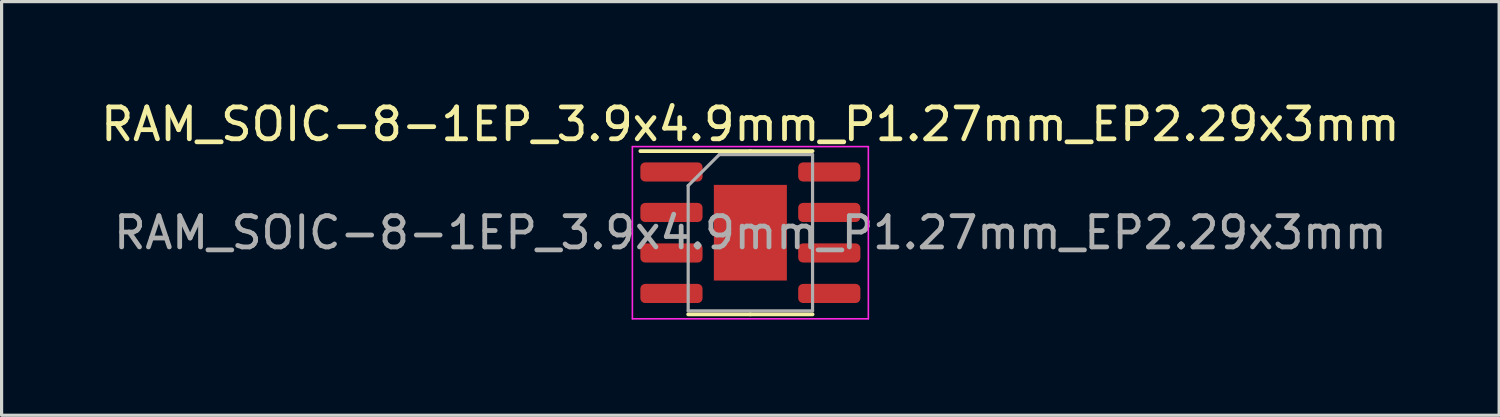
<source format=kicad_pcb>
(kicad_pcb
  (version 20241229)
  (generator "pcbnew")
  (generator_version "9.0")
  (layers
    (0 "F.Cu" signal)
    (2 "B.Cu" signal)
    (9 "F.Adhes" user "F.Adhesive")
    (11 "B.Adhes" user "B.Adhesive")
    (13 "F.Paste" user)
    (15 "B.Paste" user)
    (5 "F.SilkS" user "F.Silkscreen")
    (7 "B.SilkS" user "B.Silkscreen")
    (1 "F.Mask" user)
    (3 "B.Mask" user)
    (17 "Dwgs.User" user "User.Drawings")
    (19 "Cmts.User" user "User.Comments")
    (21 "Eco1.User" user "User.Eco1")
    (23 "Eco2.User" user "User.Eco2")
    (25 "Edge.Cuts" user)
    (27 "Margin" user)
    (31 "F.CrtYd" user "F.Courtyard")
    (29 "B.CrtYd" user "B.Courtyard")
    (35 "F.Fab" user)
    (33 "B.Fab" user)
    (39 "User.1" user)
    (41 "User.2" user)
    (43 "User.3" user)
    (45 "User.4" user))
  (footprint "RAM_SOIC-8-1EP_3.9x4.9mm_P1.27mm_EP2.29x3mm"
    (layer "F.Cu")
    (at 20.482 4.248)
    (property "Reference" "RAM_SOIC-8-1EP_3.9x4.9mm_P1.27mm_EP2.29x3mm" (at 0 -3.4 0) (layer "F.SilkS") (effects (font (size 1 1) (thickness 0.15))))
    (attr smd)
    (fp_line (start 0 -2.56) (end -3.45 -2.56) (stroke (width 0.12) (type solid)) (layer "F.SilkS"))
    (fp_line (start 0 -2.56) (end 1.95 -2.56) (stroke (width 0.12) (type solid)) (layer "F.SilkS"))
    (fp_line (start 0 2.56) (end -1.95 2.56) (stroke (width 0.12) (type solid)) (layer "F.SilkS"))
    (fp_line (start 0 2.56) (end 1.95 2.56) (stroke (width 0.12) (type solid)) (layer "F.SilkS"))
    (fp_line (start -3.7 -2.7) (end -3.7 2.7) (stroke (width 0.05) (type solid)) (layer "F.CrtYd"))
    (fp_line (start -3.7 2.7) (end 3.7 2.7) (stroke (width 0.05) (type solid)) (layer "F.CrtYd"))
    (fp_line (start 3.7 -2.7) (end -3.7 -2.7) (stroke (width 0.05) (type solid)) (layer "F.CrtYd"))
    (fp_line (start 3.7 2.7) (end 3.7 -2.7) (stroke (width 0.05) (type solid)) (layer "F.CrtYd"))
    (fp_line (start -1.95 -1.475) (end -0.975 -2.45) (stroke (width 0.1) (type solid)) (layer "F.Fab"))
    (fp_line (start -1.95 2.45) (end -1.95 -1.475) (stroke (width 0.1) (type solid)) (layer "F.Fab"))
    (fp_line (start -0.975 -2.45) (end 1.95 -2.45) (stroke (width 0.1) (type solid)) (layer "F.Fab"))
    (fp_line (start 1.95 -2.45) (end 1.95 2.45) (stroke (width 0.1) (type solid)) (layer "F.Fab"))
    (fp_line (start 1.95 2.45) (end -1.95 2.45) (stroke (width 0.1) (type solid)) (layer "F.Fab"))
    (fp_text user "${REFERENCE}" (at 0 0 0) (layer "F.Fab") (effects (font (size 0.98 0.98) (thickness 0.15))))
    (pad "" smd roundrect (at -0.57 -0.75) (size 0.92 1.21) (layers "F.Paste") (roundrect_rratio 0.25))
    (pad "" smd roundrect (at -0.57 0.75) (size 0.92 1.21) (layers "F.Paste") (roundrect_rratio 0.25))
    (pad "" smd roundrect (at 0.57 -0.75) (size 0.92 1.21) (layers "F.Paste") (roundrect_rratio 0.25))
    (pad "" smd roundrect (at 0.57 0.75) (size 0.92 1.21) (layers "F.Paste") (roundrect_rratio 0.25))
    (pad "1" smd roundrect (at -2.475 -1.905) (size 1.95 0.6) (layers "F.Cu" "F.Mask" "F.Paste") (roundrect_rratio 0.25))
    (pad "2" smd roundrect (at -2.475 -0.635) (size 1.95 0.6) (layers "F.Cu" "F.Mask" "F.Paste") (roundrect_rratio 0.25))
    (pad "3" smd roundrect (at -2.475 0.635) (size 1.95 0.6) (layers "F.Cu" "F.Mask" "F.Paste") (roundrect_rratio 0.25))
    (pad "4" smd roundrect (at -2.475 1.905) (size 1.95 0.6) (layers "F.Cu" "F.Mask" "F.Paste") (roundrect_rratio 0.25))
    (pad "5" smd roundrect (at 2.475 1.905) (size 1.95 0.6) (layers "F.Cu" "F.Mask" "F.Paste") (roundrect_rratio 0.25))
    (pad "6" smd roundrect (at 2.475 0.635) (size 1.95 0.6) (layers "F.Cu" "F.Mask" "F.Paste") (roundrect_rratio 0.25))
    (pad "7" smd roundrect (at 2.475 -0.635) (size 1.95 0.6) (layers "F.Cu" "F.Mask" "F.Paste") (roundrect_rratio 0.25))
    (pad "8" smd roundrect (at 2.475 -1.905) (size 1.95 0.6) (layers "F.Cu" "F.Mask" "F.Paste") (roundrect_rratio 0.25))
    (pad "9" smd rect (at 0 0) (size 2.29 3) (layers "F.Cu" "F.Mask")))
  (gr_rect
    (start -3 -3)
    (end 43.964 9.973)
    (stroke (width 0.1) (type default))
    (fill no)
    (layer "Edge.Cuts")))
</source>
